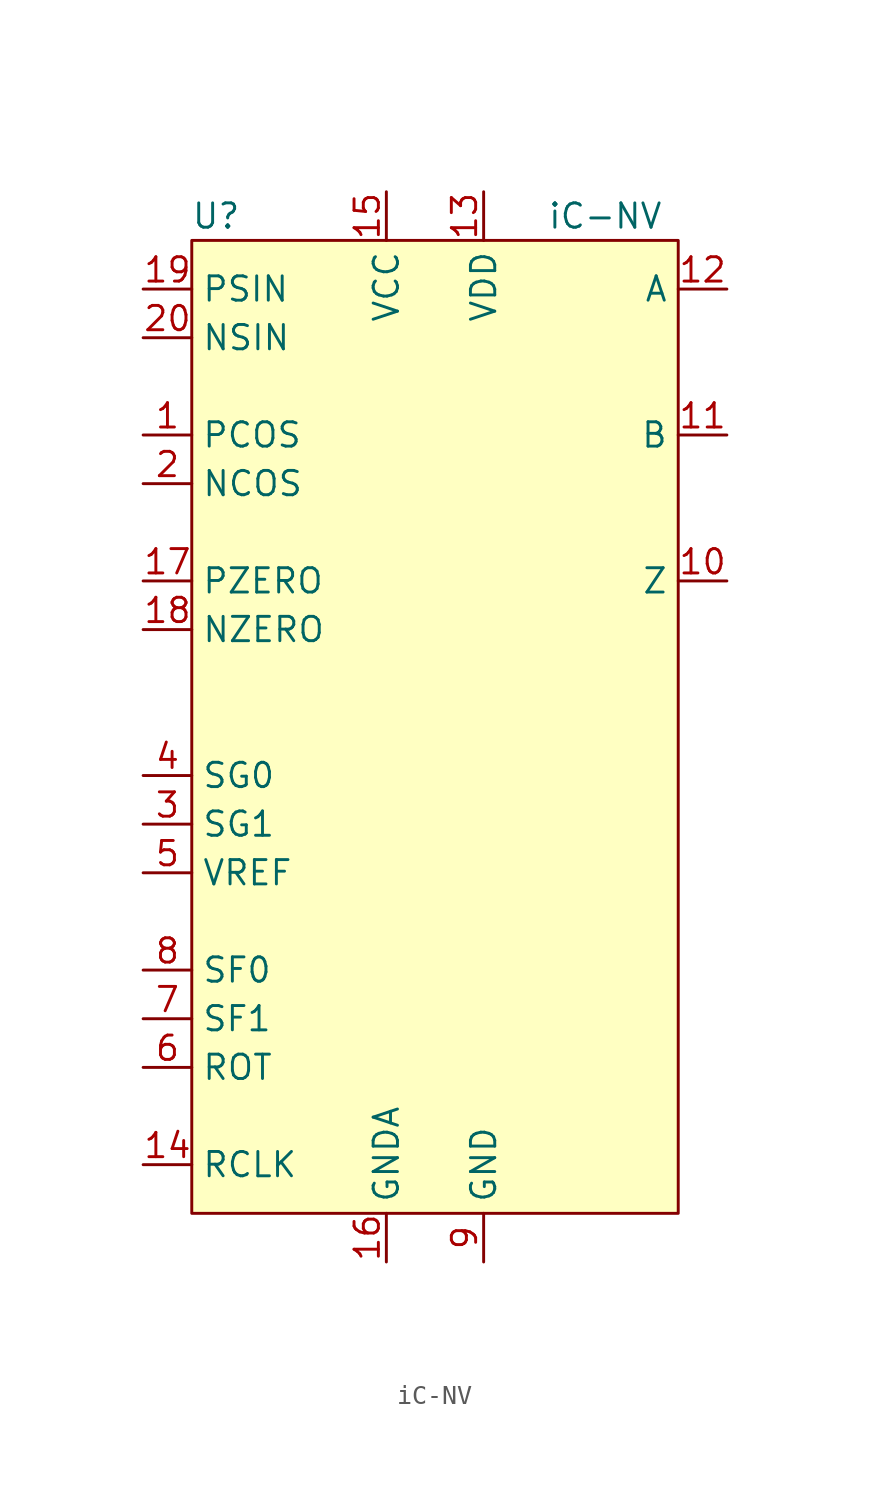
<source format=kicad_sym>
(kicad_symbol_lib
  (version 20211014)
  (generator kicad_symbol_editor)
  (symbol "iC-NV"
    (property "Reference" "U"
      (at -11.43 26.67 0)
      (effects (font (size 1.27 1.27))))
    (property "Value" "iC-NV"
      (at 8.89 26.67 0)
      (effects (font (size 1.27 1.27))))
    (symbol "iC-NV_0_1"
      (rectangle (start -12.7 25.4) (end 12.7 -25.4) (stroke (width 0) (type default) (color 0 0 0 0)) (fill (type background))))
    (symbol "iC-NV_1_1"
      (pin input line (at -15.24 15.24 0) (length 2.54) (name "PCOS" (effects (font (size 1.27 1.27)))) (number "1" (effects (font (size 1.27 1.27)))))
      (pin output line (at 15.24 7.62 180) (length 2.54) (name "Z" (effects (font (size 1.27 1.27)))) (number "10" (effects (font (size 1.27 1.27)))))
      (pin output line (at 15.24 15.24 180) (length 2.54) (name "B" (effects (font (size 1.27 1.27)))) (number "11" (effects (font (size 1.27 1.27)))))
      (pin output line (at 15.24 22.86 180) (length 2.54) (name "A" (effects (font (size 1.27 1.27)))) (number "12" (effects (font (size 1.27 1.27)))))
      (pin power_in line (at 2.54 27.94 270) (length 2.54) (name "VDD" (effects (font (size 1.27 1.27)))) (number "13" (effects (font (size 1.27 1.27)))))
      (pin input line (at -15.24 -22.86 0) (length 2.54) (name "RCLK" (effects (font (size 1.27 1.27)))) (number "14" (effects (font (size 1.27 1.27)))))
      (pin power_in line (at -2.54 27.94 270) (length 2.54) (name "VCC" (effects (font (size 1.27 1.27)))) (number "15" (effects (font (size 1.27 1.27)))))
      (pin power_in line (at -2.54 -27.94 90) (length 2.54) (name "GNDA" (effects (font (size 1.27 1.27)))) (number "16" (effects (font (size 1.27 1.27)))))
      (pin input line (at -15.24 7.62 0) (length 2.54) (name "PZERO" (effects (font (size 1.27 1.27)))) (number "17" (effects (font (size 1.27 1.27)))))
      (pin input line (at -15.24 5.08 0) (length 2.54) (name "NZERO" (effects (font (size 1.27 1.27)))) (number "18" (effects (font (size 1.27 1.27)))))
      (pin input line (at -15.24 22.86 0) (length 2.54) (name "PSIN" (effects (font (size 1.27 1.27)))) (number "19" (effects (font (size 1.27 1.27)))))
      (pin input line (at -15.24 12.7 0) (length 2.54) (name "NCOS" (effects (font (size 1.27 1.27)))) (number "2" (effects (font (size 1.27 1.27)))))
      (pin input line (at -15.24 20.32 0) (length 2.54) (name "NSIN" (effects (font (size 1.27 1.27)))) (number "20" (effects (font (size 1.27 1.27)))))
      (pin input line (at -15.24 -5.08 0) (length 2.54) (name "SG1" (effects (font (size 1.27 1.27)))) (number "3" (effects (font (size 1.27 1.27)))))
      (pin input line (at -15.24 -2.54 0) (length 2.54) (name "SG0" (effects (font (size 1.27 1.27)))) (number "4" (effects (font (size 1.27 1.27)))))
      (pin output line (at -15.24 -7.62 0) (length 2.54) (name "VREF" (effects (font (size 1.27 1.27)))) (number "5" (effects (font (size 1.27 1.27)))))
      (pin input line (at -15.24 -17.78 0) (length 2.54) (name "ROT" (effects (font (size 1.27 1.27)))) (number "6" (effects (font (size 1.27 1.27)))))
      (pin input line (at -15.24 -15.24 0) (length 2.54) (name "SF1" (effects (font (size 1.27 1.27)))) (number "7" (effects (font (size 1.27 1.27)))))
      (pin input line (at -15.24 -12.7 0) (length 2.54) (name "SF0" (effects (font (size 1.27 1.27)))) (number "8" (effects (font (size 1.27 1.27)))))
      (pin power_in line (at 2.54 -27.94 90) (length 2.54) (name "GND" (effects (font (size 1.27 1.27)))) (number "9" (effects (font (size 1.27 1.27))))))))
</source>
